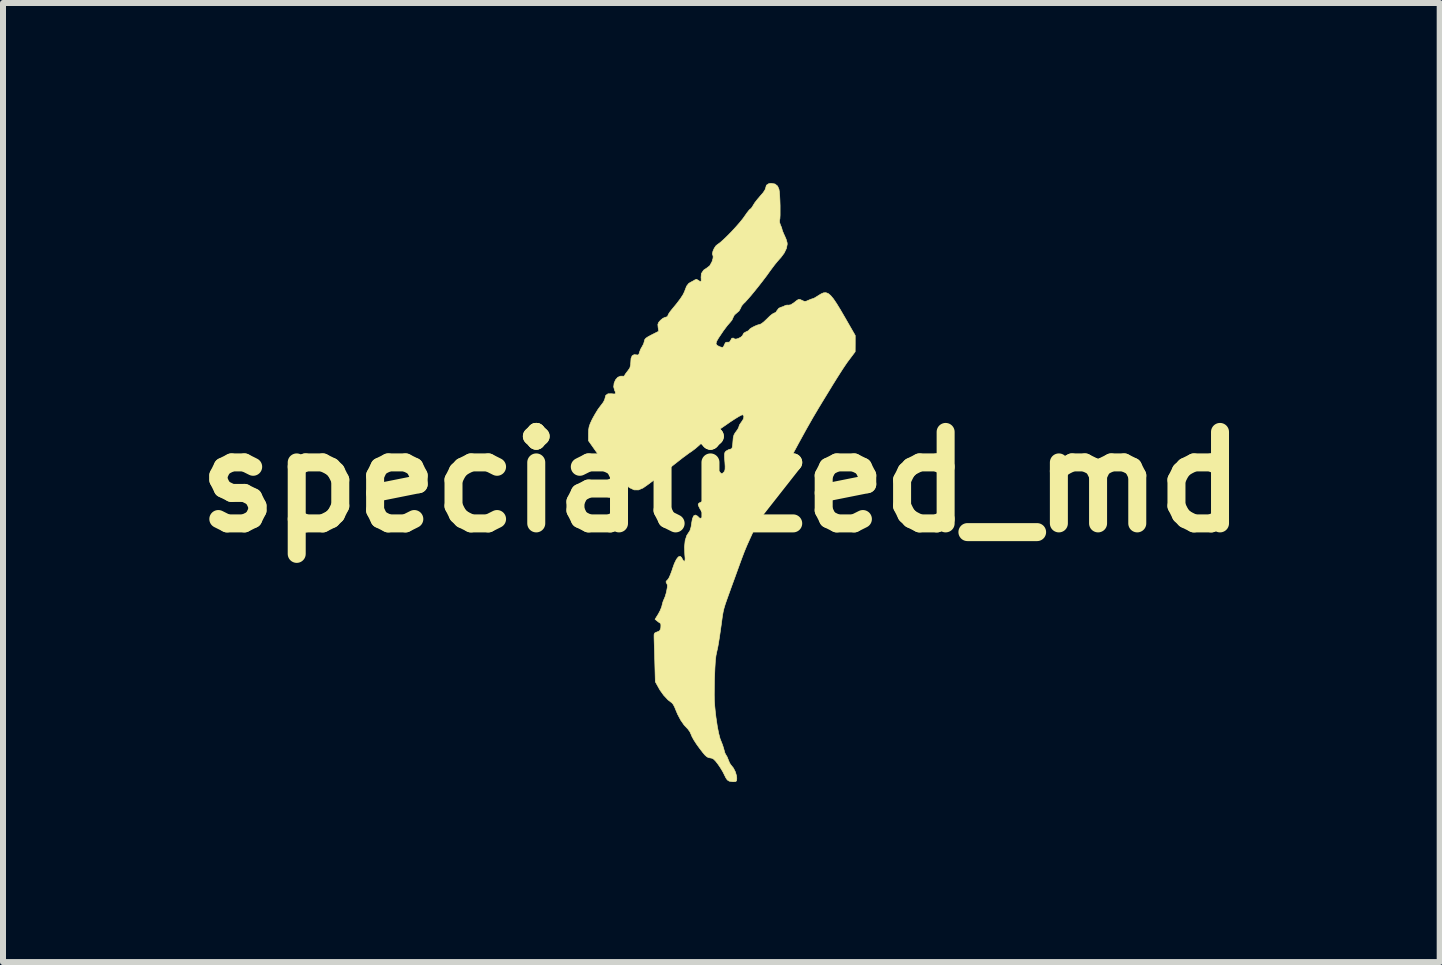
<source format=kicad_pcb>
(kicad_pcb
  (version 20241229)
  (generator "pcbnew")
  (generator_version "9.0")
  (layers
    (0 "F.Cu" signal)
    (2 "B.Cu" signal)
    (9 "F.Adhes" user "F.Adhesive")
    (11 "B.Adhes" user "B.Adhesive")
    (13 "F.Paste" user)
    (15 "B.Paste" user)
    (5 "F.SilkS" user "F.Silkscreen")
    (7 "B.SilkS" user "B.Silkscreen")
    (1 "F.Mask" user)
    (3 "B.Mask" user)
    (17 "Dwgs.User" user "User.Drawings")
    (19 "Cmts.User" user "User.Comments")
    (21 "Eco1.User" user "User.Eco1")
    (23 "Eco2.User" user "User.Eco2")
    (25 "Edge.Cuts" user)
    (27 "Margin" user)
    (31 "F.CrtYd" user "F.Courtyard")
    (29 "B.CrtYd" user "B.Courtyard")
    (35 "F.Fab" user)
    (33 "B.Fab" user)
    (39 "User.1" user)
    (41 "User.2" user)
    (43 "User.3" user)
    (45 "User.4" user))
  (footprint "specialized_md"
    (layer "F.Cu")
    (at 8.97 4.982)
    (property "Reference" "specialized_md" (at 0 0 0) (layer "F.SilkS") (effects (font (size 1.524 1.524) (thickness 0.3))))
    (attr through_hole)
    (fp_poly (pts (xy 0.894 -4.966) (xy 0.937 -4.931) (xy 0.96 -4.878) (xy 0.967 -4.837) (xy 0.972 -4.773) (xy 0.976 -4.693) (xy 0.979 -4.607) (xy 0.979 -4.522) (xy 0.979 -4.447) (xy 0.976 -4.389) (xy 0.97 -4.358) (xy 0.971 -4.325) (xy 0.985 -4.282) (xy 0.986 -4.281) (xy 1.004 -4.239) (xy 1.012 -4.209) (xy 1.012 -4.208) (xy 1.02 -4.182) (xy 1.039 -4.136) (xy 1.055 -4.102) (xy 1.08 -4.044) (xy 1.096 -3.988) (xy 1.098 -3.964) (xy 1.085 -3.895) (xy 1.048 -3.817) (xy 0.992 -3.741) (xy 0.969 -3.716) (xy 0.933 -3.675) (xy 0.885 -3.616) (xy 0.834 -3.548) (xy 0.809 -3.514) (xy 0.757 -3.441) (xy 0.694 -3.358) (xy 0.627 -3.272) (xy 0.559 -3.187) (xy 0.495 -3.109) (xy 0.438 -3.044) (xy 0.395 -2.996) (xy 0.371 -2.974) (xy 0.337 -2.934) (xy 0.32 -2.895) (xy 0.295 -2.851) (xy 0.257 -2.818) (xy 0.218 -2.784) (xy 0.197 -2.744) (xy 0.177 -2.699) (xy 0.149 -2.664) (xy 0.1 -2.608) (xy 0.036 -2.523) (xy -0.042 -2.407) (xy -0.044 -2.405) (xy -0.078 -2.346) (xy -0.089 -2.306) (xy -0.074 -2.279) (xy -0.034 -2.257) (xy -0.017 -2.251) (xy 0.018 -2.242) (xy 0.036 -2.254) (xy 0.05 -2.286) (xy 0.068 -2.322) (xy 0.092 -2.331) (xy 0.104 -2.329) (xy 0.135 -2.331) (xy 0.155 -2.361) (xy 0.175 -2.396) (xy 0.2 -2.399) (xy 0.216 -2.386) (xy 0.242 -2.381) (xy 0.282 -2.392) (xy 0.323 -2.413) (xy 0.353 -2.439) (xy 0.36 -2.456) (xy 0.376 -2.483) (xy 0.412 -2.503) (xy 0.448 -2.52) (xy 0.463 -2.535) (xy 0.463 -2.536) (xy 0.478 -2.552) (xy 0.513 -2.575) (xy 0.559 -2.598) (xy 0.605 -2.617) (xy 0.64 -2.626) (xy 0.642 -2.626) (xy 0.668 -2.638) (xy 0.708 -2.669) (xy 0.755 -2.713) (xy 0.762 -2.72) (xy 0.809 -2.766) (xy 0.85 -2.799) (xy 0.878 -2.814) (xy 0.881 -2.815) (xy 0.909 -2.829) (xy 0.927 -2.857) (xy 0.958 -2.896) (xy 0.991 -2.911) (xy 1.033 -2.925) (xy 1.06 -2.939) (xy 1.093 -2.949) (xy 1.116 -2.947) (xy 1.156 -2.953) (xy 1.212 -2.989) (xy 1.22 -2.996) (xy 1.262 -3.029) (xy 1.289 -3.043) (xy 1.313 -3.041) (xy 1.342 -3.028) (xy 1.38 -3.011) (xy 1.412 -3.012) (xy 1.45 -3.028) (xy 1.492 -3.046) (xy 1.521 -3.055) (xy 1.523 -3.055) (xy 1.546 -3.064) (xy 1.585 -3.087) (xy 1.615 -3.106) (xy 1.662 -3.135) (xy 1.704 -3.153) (xy 1.743 -3.155) (xy 1.781 -3.141) (xy 1.821 -3.108) (xy 1.867 -3.053) (xy 1.92 -2.975) (xy 1.983 -2.872) (xy 2.06 -2.74) (xy 2.064 -2.733) (xy 2.231 -2.442) (xy 2.231 -2.307) (xy 2.23 -2.171) (xy 2.133 -2.042) (xy 2.1 -1.998) (xy 2.065 -1.947) (xy 2.024 -1.886) (xy 1.978 -1.814) (xy 1.922 -1.726) (xy 1.856 -1.62) (xy 1.778 -1.492) (xy 1.685 -1.34) (xy 1.622 -1.236) (xy 1.523 -1.069) (xy 1.413 -0.875) (xy 1.292 -0.655) (xy 1.162 -0.414) (xy 1.025 -0.154) (xy 0.882 0.122) (xy 0.744 0.395) (xy 0.657 0.568) (xy 0.584 0.717) (xy 0.522 0.845) (xy 0.47 0.959) (xy 0.424 1.062) (xy 0.383 1.161) (xy 0.345 1.261) (xy 0.31 1.356) (xy 0.269 1.469) (xy 0.229 1.58) (xy 0.192 1.681) (xy 0.161 1.766) (xy 0.139 1.828) (xy 0.136 1.836) (xy 0.096 1.947) (xy 0.066 2.033) (xy 0.045 2.102) (xy 0.031 2.16) (xy 0.021 2.215) (xy 0.017 2.24) (xy -0.003 2.388) (xy -0.02 2.507) (xy -0.034 2.601) (xy -0.046 2.676) (xy -0.056 2.735) (xy -0.066 2.784) (xy -0.076 2.827) (xy -0.077 2.832) (xy -0.09 2.896) (xy -0.1 2.985) (xy -0.107 3.1) (xy -0.113 3.246) (xy -0.115 3.304) (xy -0.117 3.439) (xy -0.118 3.549) (xy -0.116 3.644) (xy -0.11 3.732) (xy -0.101 3.823) (xy -0.089 3.926) (xy -0.087 3.938) (xy -0.066 4.079) (xy -0.044 4.189) (xy -0.022 4.274) (xy -0.006 4.315) (xy 0.019 4.378) (xy 0.038 4.437) (xy 0.047 4.471) (xy 0.06 4.517) (xy 0.077 4.548) (xy 0.097 4.581) (xy 0.116 4.629) (xy 0.119 4.637) (xy 0.139 4.684) (xy 0.162 4.718) (xy 0.165 4.721) (xy 0.201 4.766) (xy 0.233 4.829) (xy 0.253 4.896) (xy 0.257 4.933) (xy 0.255 4.973) (xy 0.242 4.99) (xy 0.207 4.994) (xy 0.191 4.994) (xy 0.132 4.985) (xy 0.099 4.964) (xy 0.075 4.929) (xy 0.05 4.879) (xy 0.045 4.868) (xy 0.02 4.82) (xy -0.017 4.759) (xy -0.055 4.703) (xy -0.098 4.648) (xy -0.131 4.616) (xy -0.163 4.601) (xy -0.188 4.597) (xy -0.217 4.591) (xy -0.243 4.577) (xy -0.273 4.55) (xy -0.312 4.504) (xy -0.364 4.436) (xy -0.414 4.367) (xy -0.458 4.299) (xy -0.489 4.243) (xy -0.501 4.213) (xy -0.526 4.159) (xy -0.561 4.112) (xy -0.567 4.106) (xy -0.621 4.049) (xy -0.677 3.968) (xy -0.728 3.872) (xy -0.758 3.801) (xy -0.781 3.745) (xy -0.805 3.702) (xy -0.821 3.683) (xy -0.89 3.629) (xy -0.961 3.553) (xy -1.023 3.466) (xy -1.038 3.44) (xy -1.1 3.329) (xy -1.109 2.999) (xy -1.112 2.89) (xy -1.115 2.788) (xy -1.118 2.699) (xy -1.12 2.631) (xy -1.121 2.591) (xy -1.121 2.543) (xy -1.112 2.518) (xy -1.087 2.504) (xy -1.07 2.498) (xy -1.031 2.481) (xy -1.014 2.451) (xy -1.008 2.421) (xy -1.007 2.379) (xy -1.013 2.356) (xy -1.015 2.354) (xy -1.038 2.34) (xy -1.067 2.318) (xy -1.105 2.287) (xy -1.052 2.203) (xy -1.02 2.143) (xy -0.995 2.082) (xy -0.988 2.053) (xy -0.974 1.999) (xy -0.956 1.954) (xy -0.954 1.95) (xy -0.938 1.913) (xy -0.921 1.857) (xy -0.911 1.814) (xy -0.9 1.753) (xy -0.899 1.716) (xy -0.909 1.692) (xy -0.912 1.688) (xy -0.923 1.664) (xy -0.909 1.642) (xy -0.898 1.633) (xy -0.875 1.602) (xy -0.849 1.544) (xy -0.821 1.469) (xy -0.817 1.454) (xy -0.783 1.358) (xy -0.749 1.289) (xy -0.717 1.248) (xy -0.687 1.237) (xy -0.662 1.258) (xy -0.652 1.279) (xy -0.634 1.31) (xy -0.616 1.321) (xy -0.606 1.309) (xy -0.604 1.27) (xy -0.609 1.21) (xy -0.614 1.083) (xy -0.603 0.975) (xy -0.576 0.891) (xy -0.552 0.854) (xy -0.523 0.809) (xy -0.505 0.75) (xy -0.496 0.69) (xy -0.482 0.612) (xy -0.461 0.564) (xy -0.432 0.55) (xy -0.397 0.568) (xy -0.383 0.582) (xy -0.364 0.601) (xy -0.343 0.604) (xy -0.31 0.59) (xy -0.276 0.571) (xy -0.281 0.557) (xy -0.298 0.534) (xy -0.325 0.498) (xy -0.355 0.448) (xy -0.362 0.435) (xy -0.382 0.393) (xy -0.386 0.37) (xy -0.374 0.354) (xy -0.366 0.348) (xy -0.327 0.329) (xy -0.305 0.326) (xy -0.288 0.322) (xy -0.28 0.305) (xy -0.282 0.266) (xy -0.285 0.235) (xy -0.289 0.177) (xy -0.284 0.142) (xy -0.268 0.122) (xy -0.248 0.111) (xy -0.227 0.119) (xy -0.196 0.148) (xy -0.182 0.163) (xy -0.14 0.202) (xy -0.109 0.217) (xy -0.087 0.215) (xy -0.063 0.199) (xy -0.053 0.167) (xy -0.051 0.136) (xy -0.059 0.072) (xy -0.076 0.01) (xy -0.077 0.006) (xy -0.097 -0.059) (xy -0.103 -0.118) (xy -0.094 -0.163) (xy -0.075 -0.184) (xy -0.042 -0.18) (xy -0.026 -0.166) (xy -0.003 -0.141) (xy 0.019 -0.144) (xy 0.042 -0.165) (xy 0.055 -0.184) (xy 0.062 -0.213) (xy 0.063 -0.26) (xy 0.059 -0.333) (xy 0.058 -0.342) (xy 0.053 -0.415) (xy 0.053 -0.461) (xy 0.058 -0.489) (xy 0.069 -0.507) (xy 0.087 -0.521) (xy 0.127 -0.542) (xy 0.156 -0.549) (xy 0.172 -0.555) (xy 0.182 -0.579) (xy 0.189 -0.626) (xy 0.192 -0.667) (xy 0.198 -0.736) (xy 0.21 -0.784) (xy 0.232 -0.823) (xy 0.245 -0.839) (xy 0.274 -0.88) (xy 0.291 -0.914) (xy 0.292 -0.921) (xy 0.302 -0.951) (xy 0.328 -0.99) (xy 0.335 -0.999) (xy 0.367 -1.049) (xy 0.376 -1.091) (xy 0.36 -1.118) (xy 0.354 -1.121) (xy 0.333 -1.114) (xy 0.289 -1.091) (xy 0.227 -1.053) (xy 0.152 -1.004) (xy 0.076 -0.951) (xy -0.007 -0.894) (xy -0.079 -0.844) (xy -0.138 -0.805) (xy -0.178 -0.78) (xy -0.194 -0.772) (xy -0.212 -0.761) (xy -0.247 -0.73) (xy -0.293 -0.687) (xy -0.309 -0.671) (xy -0.369 -0.613) (xy -0.434 -0.557) (xy -0.491 -0.514) (xy -0.494 -0.512) (xy -0.539 -0.482) (xy -0.586 -0.447) (xy -0.642 -0.406) (xy -0.711 -0.352) (xy -0.8 -0.282) (xy -0.837 -0.253) (xy -0.945 -0.169) (xy -1.047 -0.09) (xy -1.14 -0.02) (xy -1.218 0.038) (xy -1.277 0.08) (xy -1.306 0.1) (xy -1.382 0.132) (xy -1.453 0.131) (xy -1.525 0.097) (xy -1.538 0.089) (xy -1.594 0.042) (xy -1.665 -0.025) (xy -1.746 -0.108) (xy -1.832 -0.201) (xy -1.918 -0.297) (xy -1.997 -0.391) (xy -2.064 -0.477) (xy -2.092 -0.515) (xy -2.214 -0.688) (xy -2.214 -0.806) (xy -2.212 -0.868) (xy -2.204 -0.918) (xy -2.187 -0.969) (xy -2.158 -1.033) (xy -2.142 -1.064) (xy -2.101 -1.137) (xy -2.056 -1.21) (xy -2.014 -1.267) (xy -2.005 -1.278) (xy -1.966 -1.33) (xy -1.943 -1.377) (xy -1.939 -1.395) (xy -1.926 -1.444) (xy -1.889 -1.47) (xy -1.829 -1.471) (xy -1.782 -1.466) (xy -1.763 -1.476) (xy -1.768 -1.505) (xy -1.779 -1.528) (xy -1.794 -1.586) (xy -1.787 -1.647) (xy -1.763 -1.703) (xy -1.726 -1.745) (xy -1.681 -1.764) (xy -1.657 -1.764) (xy -1.625 -1.763) (xy -1.613 -1.772) (xy -1.603 -1.794) (xy -1.576 -1.83) (xy -1.562 -1.848) (xy -1.526 -1.898) (xy -1.512 -1.95) (xy -1.51 -1.984) (xy -1.505 -2.059) (xy -1.486 -2.104) (xy -1.454 -2.122) (xy -1.425 -2.12) (xy -1.39 -2.116) (xy -1.373 -2.132) (xy -1.365 -2.161) (xy -1.345 -2.213) (xy -1.322 -2.253) (xy -1.296 -2.301) (xy -1.284 -2.343) (xy -1.277 -2.372) (xy -1.258 -2.396) (xy -1.221 -2.421) (xy -1.161 -2.453) (xy -1.044 -2.512) (xy -1.054 -2.579) (xy -1.058 -2.626) (xy -1.045 -2.66) (xy -1.014 -2.695) (xy -0.974 -2.728) (xy -0.936 -2.745) (xy -0.928 -2.746) (xy -0.9 -2.756) (xy -0.892 -2.771) (xy -0.882 -2.796) (xy -0.855 -2.837) (xy -0.828 -2.871) (xy -0.744 -2.973) (xy -0.682 -3.055) (xy -0.639 -3.121) (xy -0.613 -3.174) (xy -0.607 -3.192) (xy -0.579 -3.264) (xy -0.543 -3.31) (xy -0.507 -3.331) (xy -0.464 -3.354) (xy -0.443 -3.367) (xy -0.415 -3.378) (xy -0.387 -3.363) (xy -0.381 -3.359) (xy -0.351 -3.339) (xy -0.336 -3.349) (xy -0.336 -3.389) (xy -0.338 -3.407) (xy -0.333 -3.474) (xy -0.296 -3.53) (xy -0.238 -3.569) (xy -0.193 -3.604) (xy -0.16 -3.663) (xy -0.154 -3.676) (xy -0.138 -3.731) (xy -0.137 -3.766) (xy -0.14 -3.772) (xy -0.149 -3.802) (xy -0.14 -3.847) (xy -0.118 -3.896) (xy -0.089 -3.938) (xy -0.064 -3.958) (xy -0.025 -3.986) (xy 0.03 -4.034) (xy 0.096 -4.097) (xy 0.168 -4.17) (xy 0.239 -4.247) (xy 0.305 -4.322) (xy 0.359 -4.389) (xy 0.389 -4.431) (xy 0.427 -4.485) (xy 0.459 -4.526) (xy 0.479 -4.547) (xy 0.482 -4.548) (xy 0.499 -4.562) (xy 0.522 -4.596) (xy 0.531 -4.612) (xy 0.56 -4.658) (xy 0.605 -4.715) (xy 0.651 -4.769) (xy 0.697 -4.822) (xy 0.727 -4.868) (xy 0.738 -4.898) (xy 0.751 -4.946) (xy 0.791 -4.972) (xy 0.828 -4.977) (xy 0.894 -4.966)) (stroke (width 0.01) (type solid)) (fill yes) (layer "F.SilkS")))
  (gr_rect
    (start -3 -3)
    (end 20.94 12.981)
    (stroke (width 0.1) (type default))
    (fill no)
    (layer "Edge.Cuts")))
</source>
